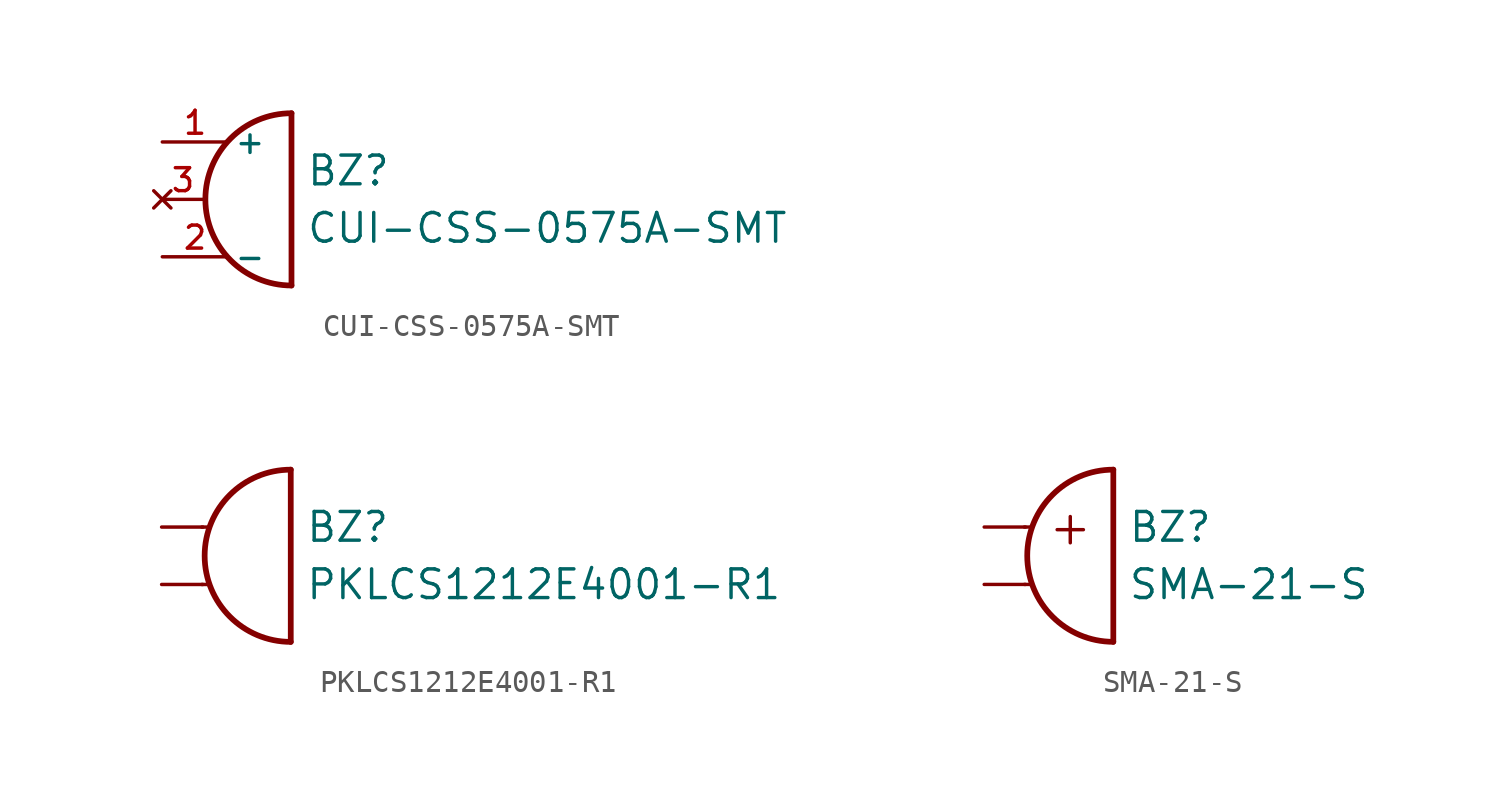
<source format=kicad_sym>
(kicad_symbol_lib
  (version 20201005)
  (generator kicad_symbol_editor)
  (symbol "CUI-CSS-0575A-SMT"
    (pin_names
      (offset 0.254))
    (property "Reference" "BZ"
      (at 2.54 1.27 0)
      (effects (font (size 1.27 1.27)) (justify left)))
    (property "Value" "CUI-CSS-0575A-SMT"
      (at 2.54 -1.27 0)
      (effects (font (size 1.27 1.27)) (justify left)))
    (symbol "CUI-CSS-0575A-SMT_0_1"
      (arc (start 1.905 3.81) (end 1.905 -3.81) (radius (at 1.905 0) (length 3.81) (angles 90.1 -90.1)) (stroke (width 0.254)) (fill (type none)))
      (polyline (pts (xy 1.905 3.81) (xy 1.905 -3.81)) (stroke (width 0.254)) (fill (type none))))
    (symbol "CUI-CSS-0575A-SMT_1_1"
      (pin passive line (at -3.81 2.54 0) (length 2.896) (name "+" (effects (font (size 1.016 1.016)))) (number "1" (effects (font (size 1.016 1.016)))))
      (pin passive line (at -3.81 -2.54 0) (length 2.896) (name "-" (effects (font (size 1.016 1.016)))) (number "2" (effects (font (size 1.016 1.016)))))
      (pin unconnected line (at -3.81 0 0) (length 1.829) (name "~" (effects (font (size 1.016 1.016)))) (number "3" (effects (font (size 1.016 1.016)))))))
  (symbol "PKLCS1212E4001-R1"
    (pin_numbers hide)
    (pin_names
      (offset 0.254) hide)
    (property "Reference" "BZ"
      (at 2.54 1.27 0)
      (effects (font (size 1.27 1.27)) (justify left)))
    (property "Value" "PKLCS1212E4001-R1"
      (at 2.54 -1.27 0)
      (effects (font (size 1.27 1.27)) (justify left)))
    (property "Footprint" ""
      (at -0.635 0 0)
      (effects (font (size 1.524 1.524))))
    (symbol "PKLCS1212E4001-R1_0_1"
      (arc (start 1.905 3.81) (end 1.905 -3.81) (radius (at 1.905 0) (length 3.81) (angles 90.1 -90.1)) (stroke (width 0.254)) (fill (type none)))
      (polyline (pts (xy -2.032 -1.27) (xy -1.778 -1.27)) (stroke (width 0)) (fill (type none)))
      (polyline (pts (xy -2.032 1.27) (xy -1.778 1.27)) (stroke (width 0)) (fill (type none)))
      (polyline (pts (xy 1.905 3.81) (xy 1.905 -3.81)) (stroke (width 0.254)) (fill (type none))))
    (symbol "PKLCS1212E4001-R1_1_1"
      (pin passive line (at -3.81 1.27 0) (length 1.829) (name "~" (effects (font (size 1.016 1.016)))) (number "1" (effects (font (size 1.016 1.016)))))
      (pin passive line (at -3.81 -1.27 0) (length 1.829) (name "~" (effects (font (size 1.016 1.016)))) (number "2" (effects (font (size 1.016 1.016)))))))
  (symbol "SMA-21-S"
    (pin_numbers hide)
    (pin_names
      (offset 0.254) hide)
    (property "Reference" "BZ"
      (at 2.54 1.27 0)
      (effects (font (size 1.27 1.27)) (justify left)))
    (property "Value" "SMA-21-S"
      (at 2.54 -1.27 0)
      (effects (font (size 1.27 1.27)) (justify left)))
    (symbol "SMA-21-S_0_0"
      (text "+" (at 0 1.27 0) (effects (font (size 1.524 1.524)))))
    (symbol "SMA-21-S_0_1"
      (arc (start 1.905 3.81) (end 1.905 -3.81) (radius (at 1.905 0) (length 3.81) (angles 90.1 -90.1)) (stroke (width 0.254)) (fill (type none)))
      (polyline (pts (xy -2.032 -1.27) (xy -1.778 -1.27)) (stroke (width 0)) (fill (type none)))
      (polyline (pts (xy -2.032 1.27) (xy -1.778 1.27)) (stroke (width 0)) (fill (type none)))
      (polyline (pts (xy 1.905 3.81) (xy 1.905 -3.81)) (stroke (width 0.254)) (fill (type none))))
    (symbol "SMA-21-S_1_1"
      (pin passive line (at -3.81 1.27 0) (length 1.829) (name "~" (effects (font (size 1.016 1.016)))) (number "1" (effects (font (size 1.016 1.016)))))
      (pin passive line (at -3.81 -1.27 0) (length 1.829) (name "~" (effects (font (size 1.016 1.016)))) (number "2" (effects (font (size 1.016 1.016))))))))
</source>
